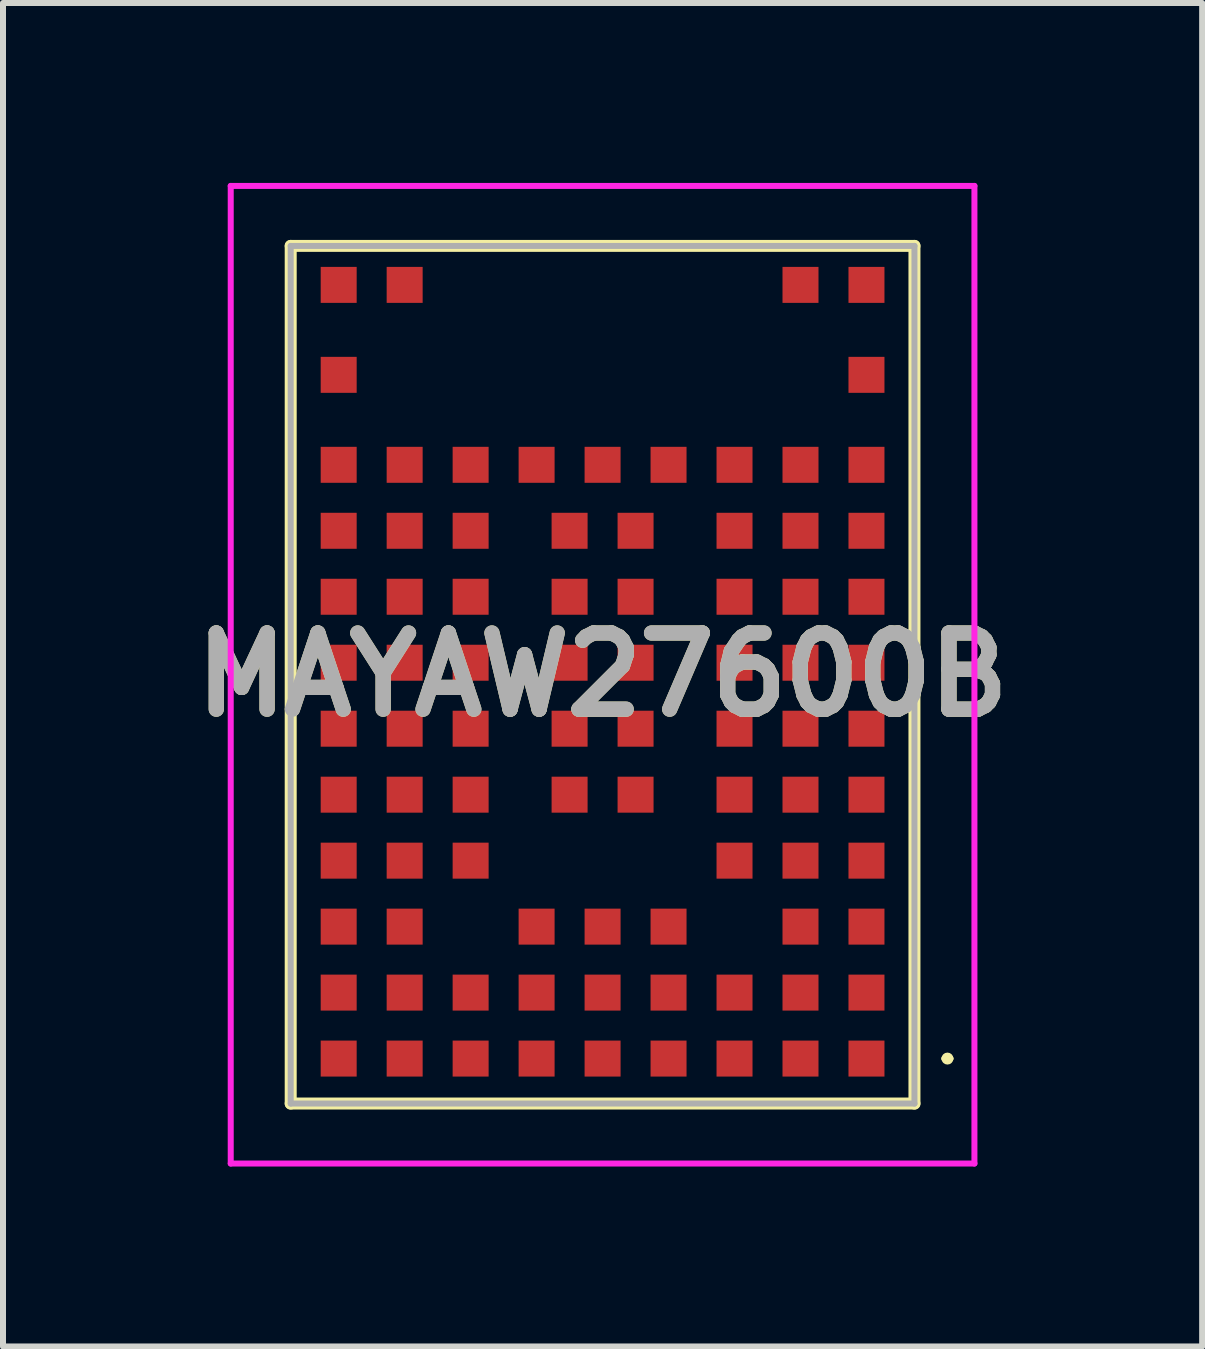
<source format=kicad_pcb>
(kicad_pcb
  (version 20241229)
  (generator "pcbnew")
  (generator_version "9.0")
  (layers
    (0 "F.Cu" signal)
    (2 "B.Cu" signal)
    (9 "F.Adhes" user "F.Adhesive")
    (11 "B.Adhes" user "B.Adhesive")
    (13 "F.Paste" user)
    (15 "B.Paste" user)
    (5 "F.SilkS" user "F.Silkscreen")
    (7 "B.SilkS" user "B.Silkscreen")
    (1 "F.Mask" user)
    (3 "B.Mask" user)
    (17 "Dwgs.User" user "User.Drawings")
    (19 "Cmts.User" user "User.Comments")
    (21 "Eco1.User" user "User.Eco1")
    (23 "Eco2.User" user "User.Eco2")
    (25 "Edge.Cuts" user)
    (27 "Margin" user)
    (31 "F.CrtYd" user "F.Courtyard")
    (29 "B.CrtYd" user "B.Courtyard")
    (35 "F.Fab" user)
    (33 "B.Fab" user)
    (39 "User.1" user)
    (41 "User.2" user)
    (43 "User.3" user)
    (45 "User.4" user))
  (footprint "MAYAW27600B"
    (layer "F.Cu")
    (at 6.997 8.2)
    (property "Reference" "MAYAW27600B" (at 0 0 0) (layer "F.SilkS") (effects (font (size 1.27 1.27) (thickness 0.254))))
    (attr smd)
    (fp_line (start -5.2 -7.15) (end 5.2 -7.15) (stroke (width 0.2) (type solid)) (layer "F.SilkS"))
    (fp_line (start -5.2 7.15) (end -5.2 -7.15) (stroke (width 0.2) (type solid)) (layer "F.SilkS"))
    (fp_line (start 5.2 -7.15) (end 5.2 7.15) (stroke (width 0.2) (type solid)) (layer "F.SilkS"))
    (fp_line (start 5.2 7.15) (end -5.2 7.15) (stroke (width 0.2) (type solid)) (layer "F.SilkS"))
    (fp_line (start 5.7 6.4) (end 5.7 6.4) (stroke (width 0.1) (type solid)) (layer "F.SilkS"))
    (fp_line (start 5.8 6.4) (end 5.8 6.4) (stroke (width 0.1) (type solid)) (layer "F.SilkS"))
    (fp_arc (start 5.7 6.4) (mid 5.75 6.35) (end 5.8 6.4) (stroke (width 0.1) (type solid)) (layer "F.SilkS"))
    (fp_arc (start 5.8 6.4) (mid 5.75 6.45) (end 5.7 6.4) (stroke (width 0.1) (type solid)) (layer "F.SilkS"))
    (fp_line (start -6.2 -8.15) (end 6.2 -8.15) (stroke (width 0.1) (type solid)) (layer "F.CrtYd"))
    (fp_line (start -6.2 8.15) (end -6.2 -8.15) (stroke (width 0.1) (type solid)) (layer "F.CrtYd"))
    (fp_line (start 6.2 -8.15) (end 6.2 8.15) (stroke (width 0.1) (type solid)) (layer "F.CrtYd"))
    (fp_line (start 6.2 8.15) (end -6.2 8.15) (stroke (width 0.1) (type solid)) (layer "F.CrtYd"))
    (fp_line (start -5.2 -7.15) (end 5.2 -7.15) (stroke (width 0.1) (type solid)) (layer "F.Fab"))
    (fp_line (start -5.2 7.15) (end -5.2 -7.15) (stroke (width 0.1) (type solid)) (layer "F.Fab"))
    (fp_line (start 5.2 -7.15) (end 5.2 7.15) (stroke (width 0.1) (type solid)) (layer "F.Fab"))
    (fp_line (start 5.2 7.15) (end -5.2 7.15) (stroke (width 0.1) (type solid)) (layer "F.Fab"))
    (fp_text user "${REFERENCE}" (at 0 0 0) (layer "F.Fab") (effects (font (size 1.27 1.27) (thickness 0.254))))
    (pad "A1" smd rect (at 4.4 6.4 90) (size 0.6 0.6) (layers "F.Cu" "F.Mask" "F.Paste"))
    (pad "A2" smd rect (at 3.3 6.4 90) (size 0.6 0.6) (layers "F.Cu" "F.Mask" "F.Paste"))
    (pad "A3" smd rect (at 2.2 6.4 90) (size 0.6 0.6) (layers "F.Cu" "F.Mask" "F.Paste"))
    (pad "A4" smd rect (at 1.1 6.4 90) (size 0.6 0.6) (layers "F.Cu" "F.Mask" "F.Paste"))
    (pad "A5" smd rect (at 0 6.4 90) (size 0.6 0.6) (layers "F.Cu" "F.Mask" "F.Paste"))
    (pad "A6" smd rect (at -1.1 6.4 90) (size 0.6 0.6) (layers "F.Cu" "F.Mask" "F.Paste"))
    (pad "A7" smd rect (at -2.2 6.4 90) (size 0.6 0.6) (layers "F.Cu" "F.Mask" "F.Paste"))
    (pad "A8" smd rect (at -3.3 6.4 90) (size 0.6 0.6) (layers "F.Cu" "F.Mask" "F.Paste"))
    (pad "A9" smd rect (at -4.4 6.4 90) (size 0.6 0.6) (layers "F.Cu" "F.Mask" "F.Paste"))
    (pad "B1" smd rect (at 4.4 5.3 90) (size 0.6 0.6) (layers "F.Cu" "F.Mask" "F.Paste"))
    (pad "B2" smd rect (at 3.3 5.3 90) (size 0.6 0.6) (layers "F.Cu" "F.Mask" "F.Paste"))
    (pad "B3" smd rect (at 2.2 5.3 90) (size 0.6 0.6) (layers "F.Cu" "F.Mask" "F.Paste"))
    (pad "B4" smd rect (at 1.1 5.3 90) (size 0.6 0.6) (layers "F.Cu" "F.Mask" "F.Paste"))
    (pad "B5" smd rect (at 0 5.3 90) (size 0.6 0.6) (layers "F.Cu" "F.Mask" "F.Paste"))
    (pad "B6" smd rect (at -1.1 5.3 90) (size 0.6 0.6) (layers "F.Cu" "F.Mask" "F.Paste"))
    (pad "B7" smd rect (at -2.2 5.3 90) (size 0.6 0.6) (layers "F.Cu" "F.Mask" "F.Paste"))
    (pad "B8" smd rect (at -3.3 5.3 90) (size 0.6 0.6) (layers "F.Cu" "F.Mask" "F.Paste"))
    (pad "B9" smd rect (at -4.4 5.3 90) (size 0.6 0.6) (layers "F.Cu" "F.Mask" "F.Paste"))
    (pad "C1" smd rect (at 4.4 4.2 90) (size 0.6 0.6) (layers "F.Cu" "F.Mask" "F.Paste"))
    (pad "C2" smd rect (at 3.3 4.2 90) (size 0.6 0.6) (layers "F.Cu" "F.Mask" "F.Paste"))
    (pad "C4" smd rect (at 1.1 4.2 90) (size 0.6 0.6) (layers "F.Cu" "F.Mask" "F.Paste"))
    (pad "C5" smd rect (at 0 4.2 90) (size 0.6 0.6) (layers "F.Cu" "F.Mask" "F.Paste"))
    (pad "C6" smd rect (at -1.1 4.2 90) (size 0.6 0.6) (layers "F.Cu" "F.Mask" "F.Paste"))
    (pad "C8" smd rect (at -3.3 4.2 90) (size 0.6 0.6) (layers "F.Cu" "F.Mask" "F.Paste"))
    (pad "C9" smd rect (at -4.4 4.2 90) (size 0.6 0.6) (layers "F.Cu" "F.Mask" "F.Paste"))
    (pad "D1" smd rect (at 4.4 3.1 90) (size 0.6 0.6) (layers "F.Cu" "F.Mask" "F.Paste"))
    (pad "D2" smd rect (at 3.3 3.1 90) (size 0.6 0.6) (layers "F.Cu" "F.Mask" "F.Paste"))
    (pad "D3" smd rect (at 2.2 3.1 90) (size 0.6 0.6) (layers "F.Cu" "F.Mask" "F.Paste"))
    (pad "D7" smd rect (at -2.2 3.1 90) (size 0.6 0.6) (layers "F.Cu" "F.Mask" "F.Paste"))
    (pad "D8" smd rect (at -3.3 3.1 90) (size 0.6 0.6) (layers "F.Cu" "F.Mask" "F.Paste"))
    (pad "D9" smd rect (at -4.4 3.1 90) (size 0.6 0.6) (layers "F.Cu" "F.Mask" "F.Paste"))
    (pad "E1" smd rect (at 4.4 2 90) (size 0.6 0.6) (layers "F.Cu" "F.Mask" "F.Paste"))
    (pad "E2" smd rect (at 3.3 2 90) (size 0.6 0.6) (layers "F.Cu" "F.Mask" "F.Paste"))
    (pad "E3" smd rect (at 2.2 2 90) (size 0.6 0.6) (layers "F.Cu" "F.Mask" "F.Paste"))
    (pad "E4" smd rect (at 0.55 2 90) (size 0.6 0.6) (layers "F.Cu" "F.Mask" "F.Paste"))
    (pad "E5" smd rect (at -0.55 2 90) (size 0.6 0.6) (layers "F.Cu" "F.Mask" "F.Paste"))
    (pad "E7" smd rect (at -2.2 2 90) (size 0.6 0.6) (layers "F.Cu" "F.Mask" "F.Paste"))
    (pad "E8" smd rect (at -3.3 2 90) (size 0.6 0.6) (layers "F.Cu" "F.Mask" "F.Paste"))
    (pad "E9" smd rect (at -4.4 2 90) (size 0.6 0.6) (layers "F.Cu" "F.Mask" "F.Paste"))
    (pad "F1" smd rect (at 4.4 0.9 90) (size 0.6 0.6) (layers "F.Cu" "F.Mask" "F.Paste"))
    (pad "F2" smd rect (at 3.3 0.9 90) (size 0.6 0.6) (layers "F.Cu" "F.Mask" "F.Paste"))
    (pad "F3" smd rect (at 2.2 0.9 90) (size 0.6 0.6) (layers "F.Cu" "F.Mask" "F.Paste"))
    (pad "F4" smd rect (at 0.55 0.9 90) (size 0.6 0.6) (layers "F.Cu" "F.Mask" "F.Paste"))
    (pad "F5" smd rect (at -0.55 0.9 90) (size 0.6 0.6) (layers "F.Cu" "F.Mask" "F.Paste"))
    (pad "F7" smd rect (at -2.2 0.9 90) (size 0.6 0.6) (layers "F.Cu" "F.Mask" "F.Paste"))
    (pad "F8" smd rect (at -3.3 0.9 90) (size 0.6 0.6) (layers "F.Cu" "F.Mask" "F.Paste"))
    (pad "F9" smd rect (at -4.4 0.9 90) (size 0.6 0.6) (layers "F.Cu" "F.Mask" "F.Paste"))
    (pad "G1" smd rect (at 4.4 -0.2 90) (size 0.6 0.6) (layers "F.Cu" "F.Mask" "F.Paste"))
    (pad "G2" smd rect (at 3.3 -0.2 90) (size 0.6 0.6) (layers "F.Cu" "F.Mask" "F.Paste"))
    (pad "G3" smd rect (at 2.2 -0.2 90) (size 0.6 0.6) (layers "F.Cu" "F.Mask" "F.Paste"))
    (pad "G4" smd rect (at 0.55 -0.2 90) (size 0.6 0.6) (layers "F.Cu" "F.Mask" "F.Paste"))
    (pad "G5" smd rect (at -0.55 -0.2 90) (size 0.6 0.6) (layers "F.Cu" "F.Mask" "F.Paste"))
    (pad "G7" smd rect (at -2.2 -0.2 90) (size 0.6 0.6) (layers "F.Cu" "F.Mask" "F.Paste"))
    (pad "G8" smd rect (at -3.3 -0.2 90) (size 0.6 0.6) (layers "F.Cu" "F.Mask" "F.Paste"))
    (pad "G9" smd rect (at -4.4 -0.2 90) (size 0.6 0.6) (layers "F.Cu" "F.Mask" "F.Paste"))
    (pad "H1" smd rect (at 4.4 -1.3 90) (size 0.6 0.6) (layers "F.Cu" "F.Mask" "F.Paste"))
    (pad "H2" smd rect (at 3.3 -1.3 90) (size 0.6 0.6) (layers "F.Cu" "F.Mask" "F.Paste"))
    (pad "H3" smd rect (at 2.2 -1.3 90) (size 0.6 0.6) (layers "F.Cu" "F.Mask" "F.Paste"))
    (pad "H4" smd rect (at 0.55 -1.3 90) (size 0.6 0.6) (layers "F.Cu" "F.Mask" "F.Paste"))
    (pad "H5" smd rect (at -0.55 -1.3 90) (size 0.6 0.6) (layers "F.Cu" "F.Mask" "F.Paste"))
    (pad "H7" smd rect (at -2.2 -1.3 90) (size 0.6 0.6) (layers "F.Cu" "F.Mask" "F.Paste"))
    (pad "H8" smd rect (at -3.3 -1.3 90) (size 0.6 0.6) (layers "F.Cu" "F.Mask" "F.Paste"))
    (pad "H9" smd rect (at -4.4 -1.3 90) (size 0.6 0.6) (layers "F.Cu" "F.Mask" "F.Paste"))
    (pad "J1" smd rect (at 4.4 -2.4 90) (size 0.6 0.6) (layers "F.Cu" "F.Mask" "F.Paste"))
    (pad "J2" smd rect (at 3.3 -2.4 90) (size 0.6 0.6) (layers "F.Cu" "F.Mask" "F.Paste"))
    (pad "J3" smd rect (at 2.2 -2.4 90) (size 0.6 0.6) (layers "F.Cu" "F.Mask" "F.Paste"))
    (pad "J4" smd rect (at 0.55 -2.4 90) (size 0.6 0.6) (layers "F.Cu" "F.Mask" "F.Paste"))
    (pad "J5" smd rect (at -0.55 -2.4 90) (size 0.6 0.6) (layers "F.Cu" "F.Mask" "F.Paste"))
    (pad "J7" smd rect (at -2.2 -2.4 90) (size 0.6 0.6) (layers "F.Cu" "F.Mask" "F.Paste"))
    (pad "J8" smd rect (at -3.3 -2.4 90) (size 0.6 0.6) (layers "F.Cu" "F.Mask" "F.Paste"))
    (pad "J9" smd rect (at -4.4 -2.4 90) (size 0.6 0.6) (layers "F.Cu" "F.Mask" "F.Paste"))
    (pad "K1" smd rect (at 4.4 -3.5 90) (size 0.6 0.6) (layers "F.Cu" "F.Mask" "F.Paste"))
    (pad "K2" smd rect (at 3.3 -3.5 90) (size 0.6 0.6) (layers "F.Cu" "F.Mask" "F.Paste"))
    (pad "K3" smd rect (at 2.2 -3.5 90) (size 0.6 0.6) (layers "F.Cu" "F.Mask" "F.Paste"))
    (pad "K4" smd rect (at 1.1 -3.5 90) (size 0.6 0.6) (layers "F.Cu" "F.Mask" "F.Paste"))
    (pad "K5" smd rect (at 0 -3.5 90) (size 0.6 0.6) (layers "F.Cu" "F.Mask" "F.Paste"))
    (pad "K6" smd rect (at -1.1 -3.5 90) (size 0.6 0.6) (layers "F.Cu" "F.Mask" "F.Paste"))
    (pad "K7" smd rect (at -2.2 -3.5 90) (size 0.6 0.6) (layers "F.Cu" "F.Mask" "F.Paste"))
    (pad "K8" smd rect (at -3.3 -3.5 90) (size 0.6 0.6) (layers "F.Cu" "F.Mask" "F.Paste"))
    (pad "K9" smd rect (at -4.4 -3.5 90) (size 0.6 0.6) (layers "F.Cu" "F.Mask" "F.Paste"))
    (pad "L1" smd rect (at 4.4 -5 90) (size 0.6 0.6) (layers "F.Cu" "F.Mask" "F.Paste"))
    (pad "L9" smd rect (at -4.4 -5 90) (size 0.6 0.6) (layers "F.Cu" "F.Mask" "F.Paste"))
    (pad "M1" smd rect (at 4.4 -6.5 90) (size 0.6 0.6) (layers "F.Cu" "F.Mask" "F.Paste"))
    (pad "M2" smd rect (at 3.3 -6.5 90) (size 0.6 0.6) (layers "F.Cu" "F.Mask" "F.Paste"))
    (pad "M8" smd rect (at -3.3 -6.5 90) (size 0.6 0.6) (layers "F.Cu" "F.Mask" "F.Paste"))
    (pad "M9" smd rect (at -4.4 -6.5 90) (size 0.6 0.6) (layers "F.Cu" "F.Mask" "F.Paste")))
  (gr_rect
    (start -3 -3)
    (end 16.994 19.4)
    (stroke (width 0.1) (type default))
    (fill no)
    (layer "Edge.Cuts")))
</source>
